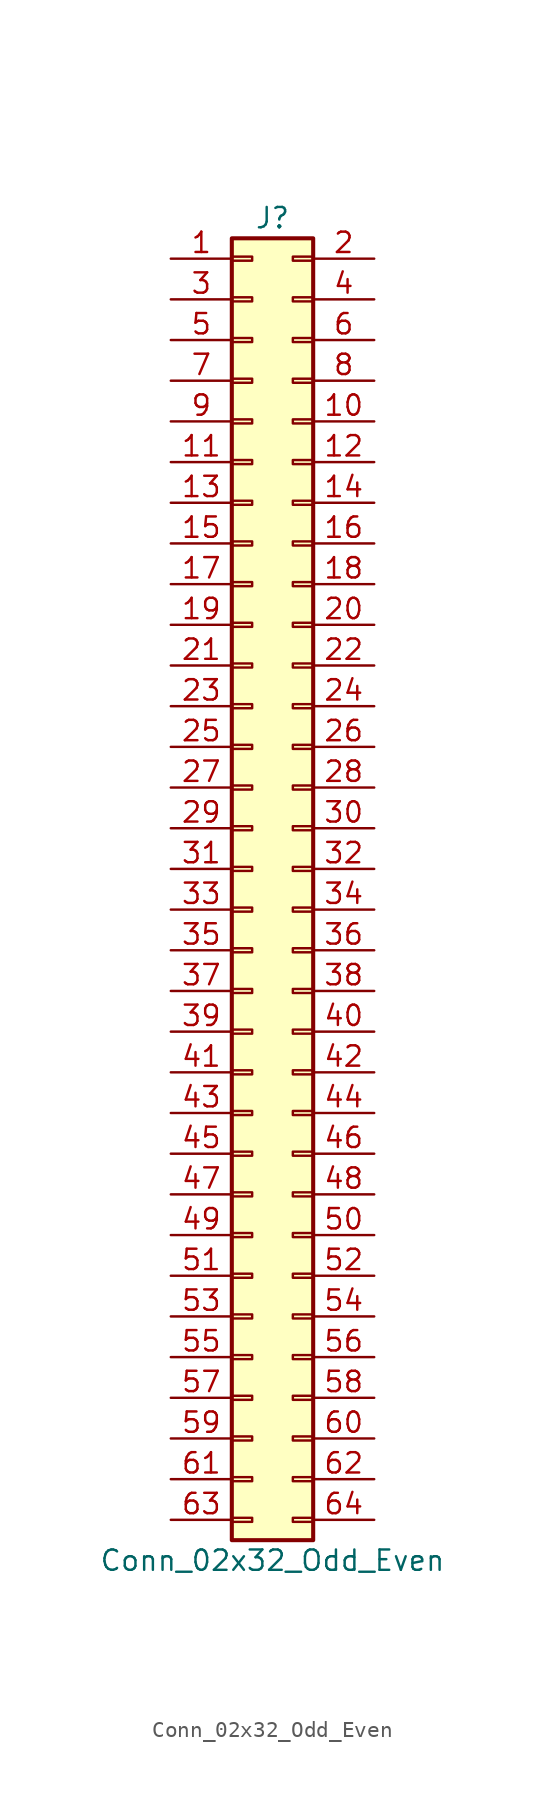
<source format=kicad_sym>
(kicad_symbol_lib
  (version 20201005)
  (generator kicad_symbol_editor)
  (symbol "Connector_Generic:Conn_02x32_Odd_Even"
    (pin_names
      (offset 1.016) hide)
    (property "Reference" "J"
      (at 1.27 40.64 0)
      (effects (font (size 1.27 1.27))))
    (property "Value" "Conn_02x32_Odd_Even"
      (at 1.27 -43.18 0)
      (effects (font (size 1.27 1.27))))
    (symbol "Conn_02x32_Odd_Even_1_1"
      (rectangle (start -1.27 -27.813) (end 0 -28.067) (stroke (width 0.152)) (fill (type none)))
      (rectangle (start -1.27 -30.353) (end 0 -30.607) (stroke (width 0.152)) (fill (type none)))
      (rectangle (start -1.27 -32.893) (end 0 -33.147) (stroke (width 0.152)) (fill (type none)))
      (rectangle (start -1.27 -35.433) (end 0 -35.687) (stroke (width 0.152)) (fill (type none)))
      (rectangle (start -1.27 -37.973) (end 0 -38.227) (stroke (width 0.152)) (fill (type none)))
      (rectangle (start -1.27 -40.513) (end 0 -40.767) (stroke (width 0.152)) (fill (type none)))
      (rectangle (start -1.27 -4.953) (end 0 -5.207) (stroke (width 0.152)) (fill (type none)))
      (rectangle (start -1.27 -7.493) (end 0 -7.747) (stroke (width 0.152)) (fill (type none)))
      (rectangle (start -1.27 -10.033) (end 0 -10.287) (stroke (width 0.152)) (fill (type none)))
      (rectangle (start -1.27 -12.573) (end 0 -12.827) (stroke (width 0.152)) (fill (type none)))
      (rectangle (start -1.27 -15.113) (end 0 -15.367) (stroke (width 0.152)) (fill (type none)))
      (rectangle (start -1.27 -17.653) (end 0 -17.907) (stroke (width 0.152)) (fill (type none)))
      (rectangle (start -1.27 -20.193) (end 0 -20.447) (stroke (width 0.152)) (fill (type none)))
      (rectangle (start -1.27 -22.733) (end 0 -22.987) (stroke (width 0.152)) (fill (type none)))
      (rectangle (start -1.27 -2.413) (end 0 -2.667) (stroke (width 0.152)) (fill (type none)))
      (rectangle (start -1.27 -25.273) (end 0 -25.527) (stroke (width 0.152)) (fill (type none)))
      (rectangle (start -1.27 25.527) (end 0 25.273) (stroke (width 0.152)) (fill (type none)))
      (rectangle (start -1.27 2.667) (end 0 2.413) (stroke (width 0.152)) (fill (type none)))
      (rectangle (start -1.27 28.067) (end 0 27.813) (stroke (width 0.152)) (fill (type none)))
      (rectangle (start -1.27 30.607) (end 0 30.353) (stroke (width 0.152)) (fill (type none)))
      (rectangle (start -1.27 33.147) (end 0 32.893) (stroke (width 0.152)) (fill (type none)))
      (rectangle (start -1.27 35.687) (end 0 35.433) (stroke (width 0.152)) (fill (type none)))
      (rectangle (start -1.27 38.227) (end 0 37.973) (stroke (width 0.152)) (fill (type none)))
      (rectangle (start -1.27 39.37) (end 3.81 -41.91) (stroke (width 0.254)) (fill (type background)))
      (rectangle (start -1.27 5.207) (end 0 4.953) (stroke (width 0.152)) (fill (type none)))
      (rectangle (start -1.27 7.747) (end 0 7.493) (stroke (width 0.152)) (fill (type none)))
      (rectangle (start -1.27 10.287) (end 0 10.033) (stroke (width 0.152)) (fill (type none)))
      (rectangle (start -1.27 0.127) (end 0 -0.127) (stroke (width 0.152)) (fill (type none)))
      (rectangle (start -1.27 12.827) (end 0 12.573) (stroke (width 0.152)) (fill (type none)))
      (rectangle (start -1.27 15.367) (end 0 15.113) (stroke (width 0.152)) (fill (type none)))
      (rectangle (start -1.27 17.907) (end 0 17.653) (stroke (width 0.152)) (fill (type none)))
      (rectangle (start -1.27 20.447) (end 0 20.193) (stroke (width 0.152)) (fill (type none)))
      (rectangle (start -1.27 22.987) (end 0 22.733) (stroke (width 0.152)) (fill (type none)))
      (rectangle (start 3.81 -27.813) (end 2.54 -28.067) (stroke (width 0.152)) (fill (type none)))
      (rectangle (start 3.81 -30.353) (end 2.54 -30.607) (stroke (width 0.152)) (fill (type none)))
      (rectangle (start 3.81 -32.893) (end 2.54 -33.147) (stroke (width 0.152)) (fill (type none)))
      (rectangle (start 3.81 -35.433) (end 2.54 -35.687) (stroke (width 0.152)) (fill (type none)))
      (rectangle (start 3.81 -37.973) (end 2.54 -38.227) (stroke (width 0.152)) (fill (type none)))
      (rectangle (start 3.81 -40.513) (end 2.54 -40.767) (stroke (width 0.152)) (fill (type none)))
      (rectangle (start 3.81 -4.953) (end 2.54 -5.207) (stroke (width 0.152)) (fill (type none)))
      (rectangle (start 3.81 -7.493) (end 2.54 -7.747) (stroke (width 0.152)) (fill (type none)))
      (rectangle (start 3.81 -10.033) (end 2.54 -10.287) (stroke (width 0.152)) (fill (type none)))
      (rectangle (start 3.81 -12.573) (end 2.54 -12.827) (stroke (width 0.152)) (fill (type none)))
      (rectangle (start 3.81 -15.113) (end 2.54 -15.367) (stroke (width 0.152)) (fill (type none)))
      (rectangle (start 3.81 -17.653) (end 2.54 -17.907) (stroke (width 0.152)) (fill (type none)))
      (rectangle (start 3.81 -20.193) (end 2.54 -20.447) (stroke (width 0.152)) (fill (type none)))
      (rectangle (start 3.81 -22.733) (end 2.54 -22.987) (stroke (width 0.152)) (fill (type none)))
      (rectangle (start 3.81 -2.413) (end 2.54 -2.667) (stroke (width 0.152)) (fill (type none)))
      (rectangle (start 3.81 -25.273) (end 2.54 -25.527) (stroke (width 0.152)) (fill (type none)))
      (rectangle (start 3.81 25.527) (end 2.54 25.273) (stroke (width 0.152)) (fill (type none)))
      (rectangle (start 3.81 2.667) (end 2.54 2.413) (stroke (width 0.152)) (fill (type none)))
      (rectangle (start 3.81 28.067) (end 2.54 27.813) (stroke (width 0.152)) (fill (type none)))
      (rectangle (start 3.81 30.607) (end 2.54 30.353) (stroke (width 0.152)) (fill (type none)))
      (rectangle (start 3.81 33.147) (end 2.54 32.893) (stroke (width 0.152)) (fill (type none)))
      (rectangle (start 3.81 35.687) (end 2.54 35.433) (stroke (width 0.152)) (fill (type none)))
      (rectangle (start 3.81 38.227) (end 2.54 37.973) (stroke (width 0.152)) (fill (type none)))
      (rectangle (start 3.81 5.207) (end 2.54 4.953) (stroke (width 0.152)) (fill (type none)))
      (rectangle (start 3.81 7.747) (end 2.54 7.493) (stroke (width 0.152)) (fill (type none)))
      (rectangle (start 3.81 10.287) (end 2.54 10.033) (stroke (width 0.152)) (fill (type none)))
      (rectangle (start 3.81 0.127) (end 2.54 -0.127) (stroke (width 0.152)) (fill (type none)))
      (rectangle (start 3.81 12.827) (end 2.54 12.573) (stroke (width 0.152)) (fill (type none)))
      (rectangle (start 3.81 15.367) (end 2.54 15.113) (stroke (width 0.152)) (fill (type none)))
      (rectangle (start 3.81 17.907) (end 2.54 17.653) (stroke (width 0.152)) (fill (type none)))
      (rectangle (start 3.81 20.447) (end 2.54 20.193) (stroke (width 0.152)) (fill (type none)))
      (rectangle (start 3.81 22.987) (end 2.54 22.733) (stroke (width 0.152)) (fill (type none)))
      (pin passive line (at -5.08 38.1 0) (length 3.81) (name "Pin_1" (effects (font (size 1.27 1.27)))) (number "1" (effects (font (size 1.27 1.27)))))
      (pin passive line (at 7.62 27.94 180) (length 3.81) (name "Pin_10" (effects (font (size 1.27 1.27)))) (number "10" (effects (font (size 1.27 1.27)))))
      (pin passive line (at -5.08 25.4 0) (length 3.81) (name "Pin_11" (effects (font (size 1.27 1.27)))) (number "11" (effects (font (size 1.27 1.27)))))
      (pin passive line (at 7.62 25.4 180) (length 3.81) (name "Pin_12" (effects (font (size 1.27 1.27)))) (number "12" (effects (font (size 1.27 1.27)))))
      (pin passive line (at -5.08 22.86 0) (length 3.81) (name "Pin_13" (effects (font (size 1.27 1.27)))) (number "13" (effects (font (size 1.27 1.27)))))
      (pin passive line (at 7.62 22.86 180) (length 3.81) (name "Pin_14" (effects (font (size 1.27 1.27)))) (number "14" (effects (font (size 1.27 1.27)))))
      (pin passive line (at -5.08 20.32 0) (length 3.81) (name "Pin_15" (effects (font (size 1.27 1.27)))) (number "15" (effects (font (size 1.27 1.27)))))
      (pin passive line (at 7.62 20.32 180) (length 3.81) (name "Pin_16" (effects (font (size 1.27 1.27)))) (number "16" (effects (font (size 1.27 1.27)))))
      (pin passive line (at -5.08 17.78 0) (length 3.81) (name "Pin_17" (effects (font (size 1.27 1.27)))) (number "17" (effects (font (size 1.27 1.27)))))
      (pin passive line (at 7.62 17.78 180) (length 3.81) (name "Pin_18" (effects (font (size 1.27 1.27)))) (number "18" (effects (font (size 1.27 1.27)))))
      (pin passive line (at -5.08 15.24 0) (length 3.81) (name "Pin_19" (effects (font (size 1.27 1.27)))) (number "19" (effects (font (size 1.27 1.27)))))
      (pin passive line (at 7.62 38.1 180) (length 3.81) (name "Pin_2" (effects (font (size 1.27 1.27)))) (number "2" (effects (font (size 1.27 1.27)))))
      (pin passive line (at 7.62 15.24 180) (length 3.81) (name "Pin_20" (effects (font (size 1.27 1.27)))) (number "20" (effects (font (size 1.27 1.27)))))
      (pin passive line (at -5.08 12.7 0) (length 3.81) (name "Pin_21" (effects (font (size 1.27 1.27)))) (number "21" (effects (font (size 1.27 1.27)))))
      (pin passive line (at 7.62 12.7 180) (length 3.81) (name "Pin_22" (effects (font (size 1.27 1.27)))) (number "22" (effects (font (size 1.27 1.27)))))
      (pin passive line (at -5.08 10.16 0) (length 3.81) (name "Pin_23" (effects (font (size 1.27 1.27)))) (number "23" (effects (font (size 1.27 1.27)))))
      (pin passive line (at 7.62 10.16 180) (length 3.81) (name "Pin_24" (effects (font (size 1.27 1.27)))) (number "24" (effects (font (size 1.27 1.27)))))
      (pin passive line (at -5.08 7.62 0) (length 3.81) (name "Pin_25" (effects (font (size 1.27 1.27)))) (number "25" (effects (font (size 1.27 1.27)))))
      (pin passive line (at 7.62 7.62 180) (length 3.81) (name "Pin_26" (effects (font (size 1.27 1.27)))) (number "26" (effects (font (size 1.27 1.27)))))
      (pin passive line (at -5.08 5.08 0) (length 3.81) (name "Pin_27" (effects (font (size 1.27 1.27)))) (number "27" (effects (font (size 1.27 1.27)))))
      (pin passive line (at 7.62 5.08 180) (length 3.81) (name "Pin_28" (effects (font (size 1.27 1.27)))) (number "28" (effects (font (size 1.27 1.27)))))
      (pin passive line (at -5.08 2.54 0) (length 3.81) (name "Pin_29" (effects (font (size 1.27 1.27)))) (number "29" (effects (font (size 1.27 1.27)))))
      (pin passive line (at -5.08 35.56 0) (length 3.81) (name "Pin_3" (effects (font (size 1.27 1.27)))) (number "3" (effects (font (size 1.27 1.27)))))
      (pin passive line (at 7.62 2.54 180) (length 3.81) (name "Pin_30" (effects (font (size 1.27 1.27)))) (number "30" (effects (font (size 1.27 1.27)))))
      (pin passive line (at -5.08 0 0) (length 3.81) (name "Pin_31" (effects (font (size 1.27 1.27)))) (number "31" (effects (font (size 1.27 1.27)))))
      (pin passive line (at 7.62 0 180) (length 3.81) (name "Pin_32" (effects (font (size 1.27 1.27)))) (number "32" (effects (font (size 1.27 1.27)))))
      (pin passive line (at -5.08 -2.54 0) (length 3.81) (name "Pin_33" (effects (font (size 1.27 1.27)))) (number "33" (effects (font (size 1.27 1.27)))))
      (pin passive line (at 7.62 -2.54 180) (length 3.81) (name "Pin_34" (effects (font (size 1.27 1.27)))) (number "34" (effects (font (size 1.27 1.27)))))
      (pin passive line (at -5.08 -5.08 0) (length 3.81) (name "Pin_35" (effects (font (size 1.27 1.27)))) (number "35" (effects (font (size 1.27 1.27)))))
      (pin passive line (at 7.62 -5.08 180) (length 3.81) (name "Pin_36" (effects (font (size 1.27 1.27)))) (number "36" (effects (font (size 1.27 1.27)))))
      (pin passive line (at -5.08 -7.62 0) (length 3.81) (name "Pin_37" (effects (font (size 1.27 1.27)))) (number "37" (effects (font (size 1.27 1.27)))))
      (pin passive line (at 7.62 -7.62 180) (length 3.81) (name "Pin_38" (effects (font (size 1.27 1.27)))) (number "38" (effects (font (size 1.27 1.27)))))
      (pin passive line (at -5.08 -10.16 0) (length 3.81) (name "Pin_39" (effects (font (size 1.27 1.27)))) (number "39" (effects (font (size 1.27 1.27)))))
      (pin passive line (at 7.62 35.56 180) (length 3.81) (name "Pin_4" (effects (font (size 1.27 1.27)))) (number "4" (effects (font (size 1.27 1.27)))))
      (pin passive line (at 7.62 -10.16 180) (length 3.81) (name "Pin_40" (effects (font (size 1.27 1.27)))) (number "40" (effects (font (size 1.27 1.27)))))
      (pin passive line (at -5.08 -12.7 0) (length 3.81) (name "Pin_41" (effects (font (size 1.27 1.27)))) (number "41" (effects (font (size 1.27 1.27)))))
      (pin passive line (at 7.62 -12.7 180) (length 3.81) (name "Pin_42" (effects (font (size 1.27 1.27)))) (number "42" (effects (font (size 1.27 1.27)))))
      (pin passive line (at -5.08 -15.24 0) (length 3.81) (name "Pin_43" (effects (font (size 1.27 1.27)))) (number "43" (effects (font (size 1.27 1.27)))))
      (pin passive line (at 7.62 -15.24 180) (length 3.81) (name "Pin_44" (effects (font (size 1.27 1.27)))) (number "44" (effects (font (size 1.27 1.27)))))
      (pin passive line (at -5.08 -17.78 0) (length 3.81) (name "Pin_45" (effects (font (size 1.27 1.27)))) (number "45" (effects (font (size 1.27 1.27)))))
      (pin passive line (at 7.62 -17.78 180) (length 3.81) (name "Pin_46" (effects (font (size 1.27 1.27)))) (number "46" (effects (font (size 1.27 1.27)))))
      (pin passive line (at -5.08 -20.32 0) (length 3.81) (name "Pin_47" (effects (font (size 1.27 1.27)))) (number "47" (effects (font (size 1.27 1.27)))))
      (pin passive line (at 7.62 -20.32 180) (length 3.81) (name "Pin_48" (effects (font (size 1.27 1.27)))) (number "48" (effects (font (size 1.27 1.27)))))
      (pin passive line (at -5.08 -22.86 0) (length 3.81) (name "Pin_49" (effects (font (size 1.27 1.27)))) (number "49" (effects (font (size 1.27 1.27)))))
      (pin passive line (at -5.08 33.02 0) (length 3.81) (name "Pin_5" (effects (font (size 1.27 1.27)))) (number "5" (effects (font (size 1.27 1.27)))))
      (pin passive line (at 7.62 -22.86 180) (length 3.81) (name "Pin_50" (effects (font (size 1.27 1.27)))) (number "50" (effects (font (size 1.27 1.27)))))
      (pin passive line (at -5.08 -25.4 0) (length 3.81) (name "Pin_51" (effects (font (size 1.27 1.27)))) (number "51" (effects (font (size 1.27 1.27)))))
      (pin passive line (at 7.62 -25.4 180) (length 3.81) (name "Pin_52" (effects (font (size 1.27 1.27)))) (number "52" (effects (font (size 1.27 1.27)))))
      (pin passive line (at -5.08 -27.94 0) (length 3.81) (name "Pin_53" (effects (font (size 1.27 1.27)))) (number "53" (effects (font (size 1.27 1.27)))))
      (pin passive line (at 7.62 -27.94 180) (length 3.81) (name "Pin_54" (effects (font (size 1.27 1.27)))) (number "54" (effects (font (size 1.27 1.27)))))
      (pin passive line (at -5.08 -30.48 0) (length 3.81) (name "Pin_55" (effects (font (size 1.27 1.27)))) (number "55" (effects (font (size 1.27 1.27)))))
      (pin passive line (at 7.62 -30.48 180) (length 3.81) (name "Pin_56" (effects (font (size 1.27 1.27)))) (number "56" (effects (font (size 1.27 1.27)))))
      (pin passive line (at -5.08 -33.02 0) (length 3.81) (name "Pin_57" (effects (font (size 1.27 1.27)))) (number "57" (effects (font (size 1.27 1.27)))))
      (pin passive line (at 7.62 -33.02 180) (length 3.81) (name "Pin_58" (effects (font (size 1.27 1.27)))) (number "58" (effects (font (size 1.27 1.27)))))
      (pin passive line (at -5.08 -35.56 0) (length 3.81) (name "Pin_59" (effects (font (size 1.27 1.27)))) (number "59" (effects (font (size 1.27 1.27)))))
      (pin passive line (at 7.62 33.02 180) (length 3.81) (name "Pin_6" (effects (font (size 1.27 1.27)))) (number "6" (effects (font (size 1.27 1.27)))))
      (pin passive line (at 7.62 -35.56 180) (length 3.81) (name "Pin_60" (effects (font (size 1.27 1.27)))) (number "60" (effects (font (size 1.27 1.27)))))
      (pin passive line (at -5.08 -38.1 0) (length 3.81) (name "Pin_61" (effects (font (size 1.27 1.27)))) (number "61" (effects (font (size 1.27 1.27)))))
      (pin passive line (at 7.62 -38.1 180) (length 3.81) (name "Pin_62" (effects (font (size 1.27 1.27)))) (number "62" (effects (font (size 1.27 1.27)))))
      (pin passive line (at -5.08 -40.64 0) (length 3.81) (name "Pin_63" (effects (font (size 1.27 1.27)))) (number "63" (effects (font (size 1.27 1.27)))))
      (pin passive line (at 7.62 -40.64 180) (length 3.81) (name "Pin_64" (effects (font (size 1.27 1.27)))) (number "64" (effects (font (size 1.27 1.27)))))
      (pin passive line (at -5.08 30.48 0) (length 3.81) (name "Pin_7" (effects (font (size 1.27 1.27)))) (number "7" (effects (font (size 1.27 1.27)))))
      (pin passive line (at 7.62 30.48 180) (length 3.81) (name "Pin_8" (effects (font (size 1.27 1.27)))) (number "8" (effects (font (size 1.27 1.27)))))
      (pin passive line (at -5.08 27.94 0) (length 3.81) (name "Pin_9" (effects (font (size 1.27 1.27)))) (number "9" (effects (font (size 1.27 1.27))))))))
</source>
